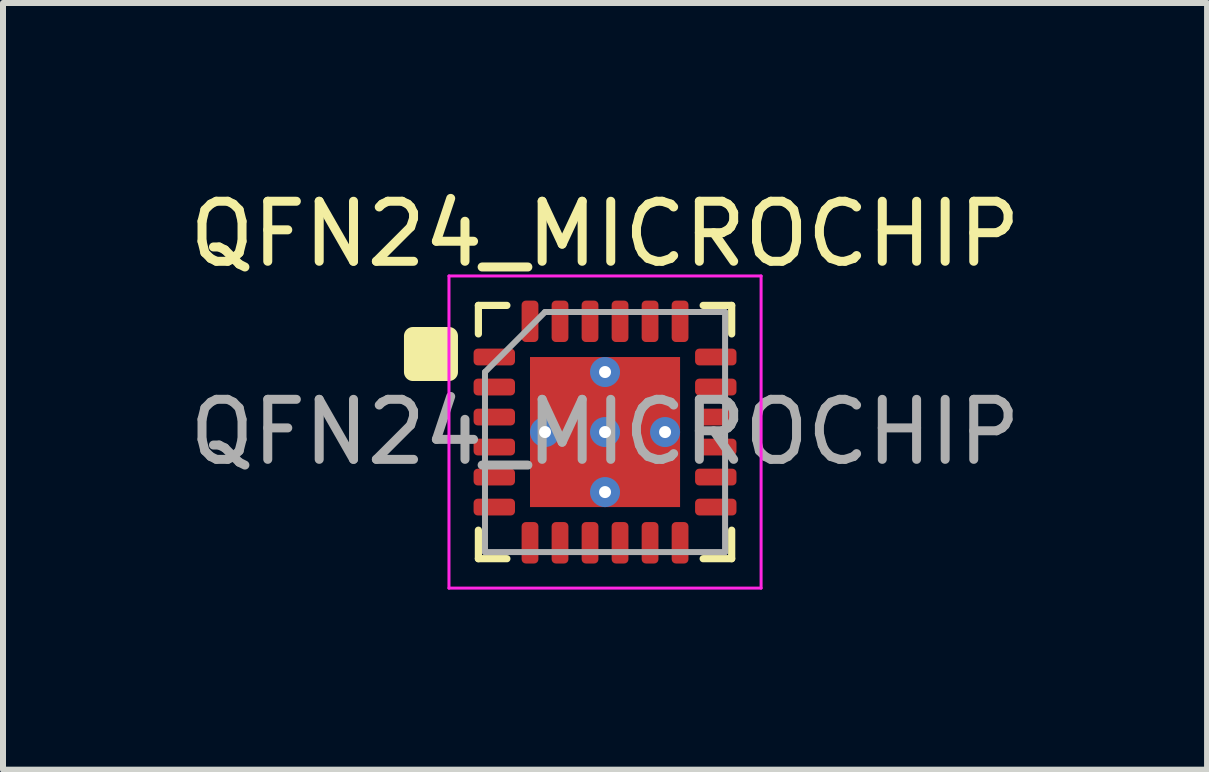
<source format=kicad_pcb>
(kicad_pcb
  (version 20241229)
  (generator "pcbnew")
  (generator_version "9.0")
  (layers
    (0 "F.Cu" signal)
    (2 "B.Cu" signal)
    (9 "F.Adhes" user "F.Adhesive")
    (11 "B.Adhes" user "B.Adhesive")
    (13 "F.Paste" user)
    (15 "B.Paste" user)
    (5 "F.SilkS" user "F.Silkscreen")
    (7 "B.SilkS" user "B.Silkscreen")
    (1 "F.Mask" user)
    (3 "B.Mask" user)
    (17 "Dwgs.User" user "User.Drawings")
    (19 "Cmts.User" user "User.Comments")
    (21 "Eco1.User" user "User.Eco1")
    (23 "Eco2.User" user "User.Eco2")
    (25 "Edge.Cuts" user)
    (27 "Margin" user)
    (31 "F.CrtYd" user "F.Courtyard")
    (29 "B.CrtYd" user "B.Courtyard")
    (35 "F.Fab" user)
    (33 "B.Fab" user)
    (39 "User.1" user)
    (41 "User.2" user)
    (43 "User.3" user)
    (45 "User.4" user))
  (footprint "QFN24_MICROCHIP"
    (layer "F.Cu")
    (at 7.03 4.148)
    (property "Reference" "QFN24_MICROCHIP" (at 0 -3.3 0) (layer "F.SilkS") (effects (font (size 1 1) (thickness 0.15))))
    (attr smd)
    (fp_line (start -2.11 -2.11) (end -2.11 -1.635) (stroke (width 0.12) (type solid)) (layer "F.SilkS"))
    (fp_line (start -2.11 2.11) (end -2.11 1.635) (stroke (width 0.12) (type solid)) (layer "F.SilkS"))
    (fp_line (start -1.635 -2.11) (end -2.11 -2.11) (stroke (width 0.12) (type solid)) (layer "F.SilkS"))
    (fp_line (start -1.635 2.11) (end -2.11 2.11) (stroke (width 0.12) (type solid)) (layer "F.SilkS"))
    (fp_line (start 1.635 -2.11) (end 2.11 -2.11) (stroke (width 0.12) (type solid)) (layer "F.SilkS"))
    (fp_line (start 1.635 2.11) (end 2.11 2.11) (stroke (width 0.12) (type solid)) (layer "F.SilkS"))
    (fp_line (start 2.11 -2.11) (end 2.11 -1.635) (stroke (width 0.12) (type solid)) (layer "F.SilkS"))
    (fp_line (start 2.11 2.11) (end 2.11 1.635) (stroke (width 0.12) (type solid)) (layer "F.SilkS"))
    (fp_rect (start -3.2 -1.6) (end -2.6 -1) (stroke (width 0.3) (type solid)) (fill yes) (layer "F.SilkS"))
    (fp_line (start -2.6 -2.6) (end -2.6 2.6) (stroke (width 0.05) (type solid)) (layer "F.CrtYd"))
    (fp_line (start -2.6 2.6) (end 2.6 2.6) (stroke (width 0.05) (type solid)) (layer "F.CrtYd"))
    (fp_line (start 2.6 -2.6) (end -2.6 -2.6) (stroke (width 0.05) (type solid)) (layer "F.CrtYd"))
    (fp_line (start 2.6 2.6) (end 2.6 -2.6) (stroke (width 0.05) (type solid)) (layer "F.CrtYd"))
    (fp_line (start -2 -1) (end -1 -2) (stroke (width 0.1) (type solid)) (layer "F.Fab"))
    (fp_line (start -2 2) (end -2 -1) (stroke (width 0.1) (type solid)) (layer "F.Fab"))
    (fp_line (start -1 -2) (end 2 -2) (stroke (width 0.1) (type solid)) (layer "F.Fab"))
    (fp_line (start 2 -2) (end 2 2) (stroke (width 0.1) (type solid)) (layer "F.Fab"))
    (fp_line (start 2 2) (end -2 2) (stroke (width 0.1) (type solid)) (layer "F.Fab"))
    (fp_text user "${REFERENCE}" (at 0 0 0) (layer "F.Fab") (effects (font (size 1 1) (thickness 0.15))))
    (pad "" smd roundrect (at -0.65 -0.65) (size 1.05 1.05) (layers "F.Paste") (roundrect_rratio 0.238))
    (pad "" smd roundrect (at -0.65 0.65) (size 1.05 1.05) (layers "F.Paste") (roundrect_rratio 0.238))
    (pad "" smd roundrect (at 0.65 -0.65) (size 1.05 1.05) (layers "F.Paste") (roundrect_rratio 0.238))
    (pad "" smd roundrect (at 0.65 0.65) (size 1.05 1.05) (layers "F.Paste") (roundrect_rratio 0.238))
    (pad "1" smd roundrect (at -1.845 -1.25) (size 0.69 0.28) (layers "F.Cu" "F.Mask" "F.Paste") (roundrect_rratio 0.25))
    (pad "2" smd roundrect (at -1.845 -0.75) (size 0.69 0.28) (layers "F.Cu" "F.Mask" "F.Paste") (roundrect_rratio 0.25))
    (pad "3" smd roundrect (at -1.845 -0.25) (size 0.69 0.28) (layers "F.Cu" "F.Mask" "F.Paste") (roundrect_rratio 0.25))
    (pad "4" smd roundrect (at -1.845 0.25) (size 0.69 0.28) (layers "F.Cu" "F.Mask" "F.Paste") (roundrect_rratio 0.25))
    (pad "5" smd roundrect (at -1.845 0.75) (size 0.69 0.28) (layers "F.Cu" "F.Mask" "F.Paste") (roundrect_rratio 0.25))
    (pad "6" smd roundrect (at -1.845 1.25) (size 0.69 0.28) (layers "F.Cu" "F.Mask" "F.Paste") (roundrect_rratio 0.25))
    (pad "7" smd roundrect (at -1.25 1.845) (size 0.28 0.69) (layers "F.Cu" "F.Mask" "F.Paste") (roundrect_rratio 0.25))
    (pad "8" smd roundrect (at -0.75 1.845) (size 0.28 0.69) (layers "F.Cu" "F.Mask" "F.Paste") (roundrect_rratio 0.25))
    (pad "9" smd roundrect (at -0.25 1.845) (size 0.28 0.69) (layers "F.Cu" "F.Mask" "F.Paste") (roundrect_rratio 0.25))
    (pad "10" smd roundrect (at 0.25 1.845) (size 0.28 0.69) (layers "F.Cu" "F.Mask" "F.Paste") (roundrect_rratio 0.25))
    (pad "11" smd roundrect (at 0.75 1.845) (size 0.28 0.69) (layers "F.Cu" "F.Mask" "F.Paste") (roundrect_rratio 0.25))
    (pad "12" smd roundrect (at 1.25 1.845) (size 0.28 0.69) (layers "F.Cu" "F.Mask" "F.Paste") (roundrect_rratio 0.25))
    (pad "13" smd roundrect (at 1.845 1.25) (size 0.69 0.28) (layers "F.Cu" "F.Mask" "F.Paste") (roundrect_rratio 0.25))
    (pad "14" smd roundrect (at 1.845 0.75) (size 0.69 0.28) (layers "F.Cu" "F.Mask" "F.Paste") (roundrect_rratio 0.25))
    (pad "15" smd roundrect (at 1.845 0.25) (size 0.69 0.28) (layers "F.Cu" "F.Mask" "F.Paste") (roundrect_rratio 0.25))
    (pad "16" smd roundrect (at 1.845 -0.25) (size 0.69 0.28) (layers "F.Cu" "F.Mask" "F.Paste") (roundrect_rratio 0.25))
    (pad "17" smd roundrect (at 1.845 -0.75) (size 0.69 0.28) (layers "F.Cu" "F.Mask" "F.Paste") (roundrect_rratio 0.25))
    (pad "18" smd roundrect (at 1.845 -1.25) (size 0.69 0.28) (layers "F.Cu" "F.Mask" "F.Paste") (roundrect_rratio 0.25))
    (pad "19" smd roundrect (at 1.25 -1.845) (size 0.28 0.69) (layers "F.Cu" "F.Mask" "F.Paste") (roundrect_rratio 0.25))
    (pad "20" smd roundrect (at 0.75 -1.845) (size 0.28 0.69) (layers "F.Cu" "F.Mask" "F.Paste") (roundrect_rratio 0.25))
    (pad "21" smd roundrect (at 0.25 -1.845) (size 0.28 0.69) (layers "F.Cu" "F.Mask" "F.Paste") (roundrect_rratio 0.25))
    (pad "22" smd roundrect (at -0.25 -1.845) (size 0.28 0.69) (layers "F.Cu" "F.Mask" "F.Paste") (roundrect_rratio 0.25))
    (pad "23" smd roundrect (at -0.75 -1.845) (size 0.28 0.69) (layers "F.Cu" "F.Mask" "F.Paste") (roundrect_rratio 0.25))
    (pad "24" smd roundrect (at -1.25 -1.845) (size 0.28 0.69) (layers "F.Cu" "F.Mask" "F.Paste") (roundrect_rratio 0.25))
    (pad "25" thru_hole circle (at -1 0) (size 0.5 0.5) (drill 0.2) (layers "*.Cu"))
    (pad "25" thru_hole circle (at 0 -1) (size 0.5 0.5) (drill 0.2) (layers "*.Cu"))
    (pad "25" thru_hole circle (at 0 0) (size 0.5 0.5) (drill 0.2) (layers "*.Cu"))
    (pad "25" smd rect (at 0 0) (size 2.5 2.5) (layers "F.Cu" "F.Mask"))
    (pad "25" thru_hole circle (at 0 1) (size 0.5 0.5) (drill 0.2) (layers "*.Cu"))
    (pad "25" thru_hole circle (at 1 0) (size 0.5 0.5) (drill 0.2) (layers "*.Cu")))
  (gr_rect
    (start -3 -3)
    (end 17.06 9.773)
    (stroke (width 0.1) (type default))
    (fill no)
    (layer "Edge.Cuts")))
</source>
